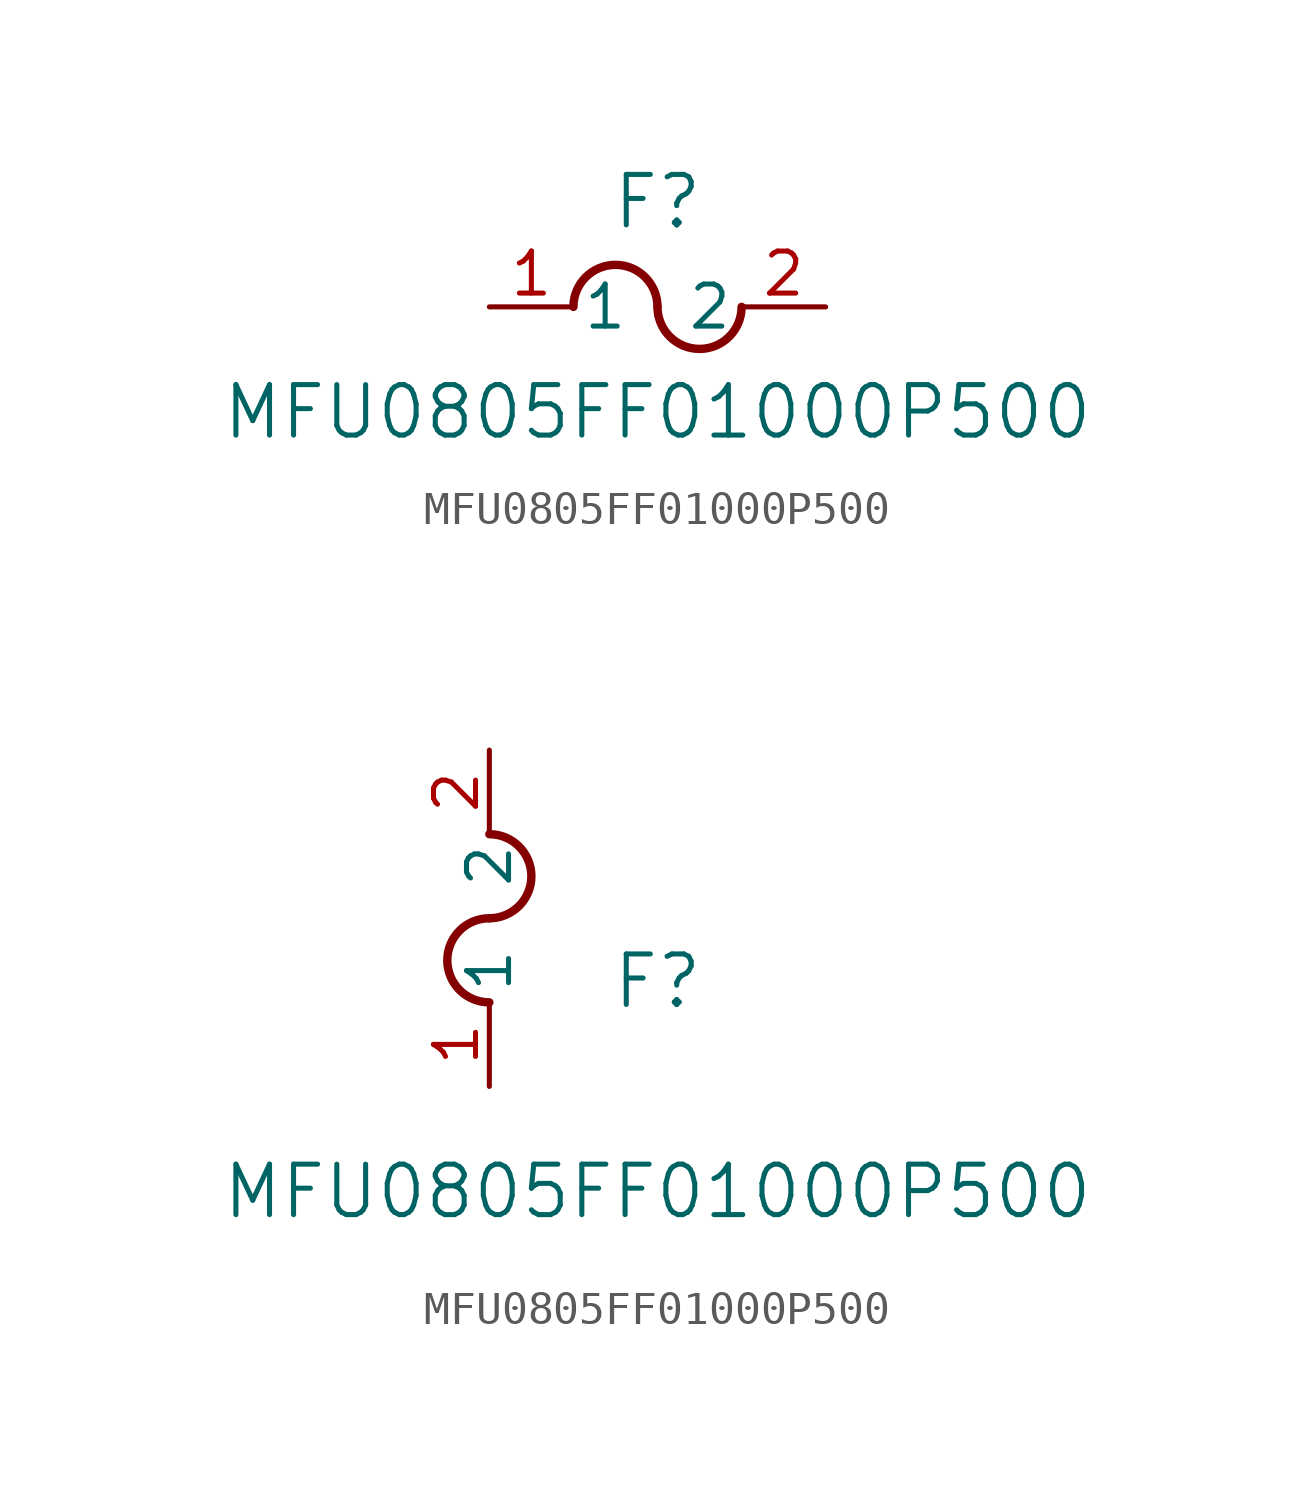
<source format=kicad_sym>
(kicad_symbol_lib
  (version 20211014)
  (generator kicad_symbol_editor)
  (symbol "MFU0805FF01000P500"
    (pin_names
      (offset 0.254))
    (property "Reference" "F"
      (at 5.08 3.175 0)
      (effects (font (size 1.524 1.524))))
    (property "Value" "MFU0805FF01000P500"
      (at 5.08 -3.175 0)
      (effects (font (size 1.524 1.524))))
    (symbol "MFU0805FF01000P500_1_1"
      (arc (start 5.08 0) (mid 3.81 1.27) (end 2.54 0) (stroke (width 0.254) (type default) (color 0 0 0 0)) (fill (type none)))
      (arc (start 5.08 0) (mid 6.35 -1.27) (end 7.62 0) (stroke (width 0.254) (type default) (color 0 0 0 0)) (fill (type none)))
      (pin unspecified line (at 0 0 0) (length 2.54) (name "1" (effects (font (size 1.27 1.27)))) (number "1" (effects (font (size 1.27 1.27)))))
      (pin unspecified line (at 10.16 0 180) (length 2.54) (name "2" (effects (font (size 1.27 1.27)))) (number "2" (effects (font (size 1.27 1.27))))))
    (symbol "MFU0805FF01000P500_1_2"
      (arc (start 0 5.08) (mid -1.27 3.81) (end 0 2.54) (stroke (width 0.254) (type default) (color 0 0 0 0)) (fill (type none)))
      (arc (start 0 5.08) (mid 1.27 6.35) (end 0 7.62) (stroke (width 0.254) (type default) (color 0 0 0 0)) (fill (type none)))
      (pin unspecified line (at 0 0 90) (length 2.54) (name "1" (effects (font (size 1.27 1.27)))) (number "1" (effects (font (size 1.27 1.27)))))
      (pin unspecified line (at 0 10.16 270) (length 2.54) (name "2" (effects (font (size 1.27 1.27)))) (number "2" (effects (font (size 1.27 1.27))))))))
</source>
